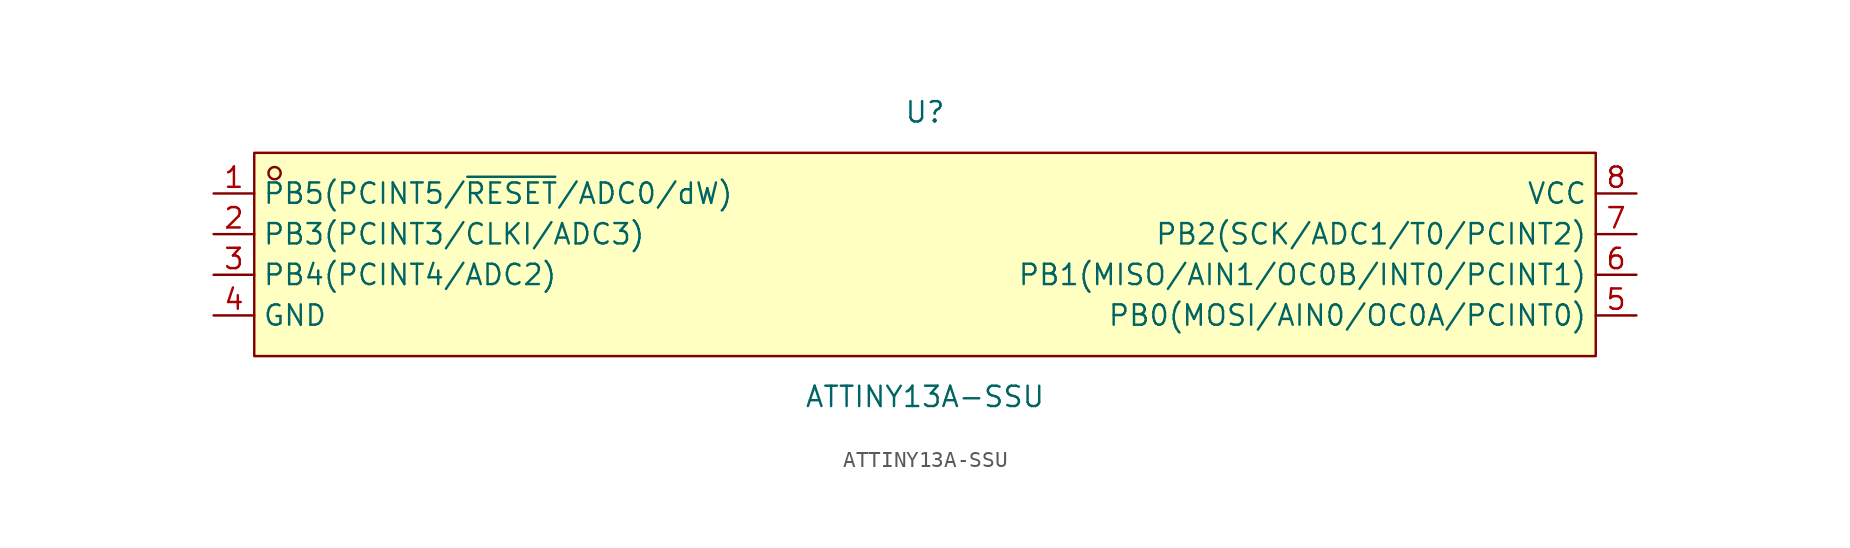
<source format=kicad_sym>
(kicad_symbol_lib
  (version 20211014)
  (generator https://github.com/uPesy/easyeda2kicad.py)
  (symbol "ATTINY13A-SSU"
    (property "Reference" "U"
      (at 0 8.89 0)
      (effects (font (size 1.27 1.27))))
    (property "Value" "ATTINY13A-SSU"
      (at 0 -8.89 0)
      (effects (font (size 1.27 1.27))))
    (symbol "ATTINY13A-SSU_0_1"
      (rectangle (start -41.91 6.35) (end 41.91 -6.35) (stroke (width 0) (type default) (color 0 0 0 0)) (fill (type background)))
      (circle (center -40.64 5.08) (radius 0.38) (stroke (width 0) (type default) (color 0 0 0 0)) (fill (type none)))
      (pin unspecified line (at -44.45 3.81 0) (length 2.54) (name "PB5(PCINT5/~{RESET}/ADC0/dW)" (effects (font (size 1.27 1.27)))) (number "1" (effects (font (size 1.27 1.27)))))
      (pin unspecified line (at -44.45 1.27 0) (length 2.54) (name "PB3(PCINT3/CLKI/ADC3)" (effects (font (size 1.27 1.27)))) (number "2" (effects (font (size 1.27 1.27)))))
      (pin unspecified line (at -44.45 -1.27 0) (length 2.54) (name "PB4(PCINT4/ADC2)" (effects (font (size 1.27 1.27)))) (number "3" (effects (font (size 1.27 1.27)))))
      (pin unspecified line (at -44.45 -3.81 0) (length 2.54) (name "GND" (effects (font (size 1.27 1.27)))) (number "4" (effects (font (size 1.27 1.27)))))
      (pin unspecified line (at 44.45 -3.81 180) (length 2.54) (name "PB0(MOSI/AIN0/OC0A/PCINT0)" (effects (font (size 1.27 1.27)))) (number "5" (effects (font (size 1.27 1.27)))))
      (pin unspecified line (at 44.45 -1.27 180) (length 2.54) (name "PB1(MISO/AIN1/OC0B/INT0/PCINT1)" (effects (font (size 1.27 1.27)))) (number "6" (effects (font (size 1.27 1.27)))))
      (pin unspecified line (at 44.45 1.27 180) (length 2.54) (name "PB2(SCK/ADC1/T0/PCINT2)" (effects (font (size 1.27 1.27)))) (number "7" (effects (font (size 1.27 1.27)))))
      (pin unspecified line (at 44.45 3.81 180) (length 2.54) (name "VCC" (effects (font (size 1.27 1.27)))) (number "8" (effects (font (size 1.27 1.27))))))))
</source>
